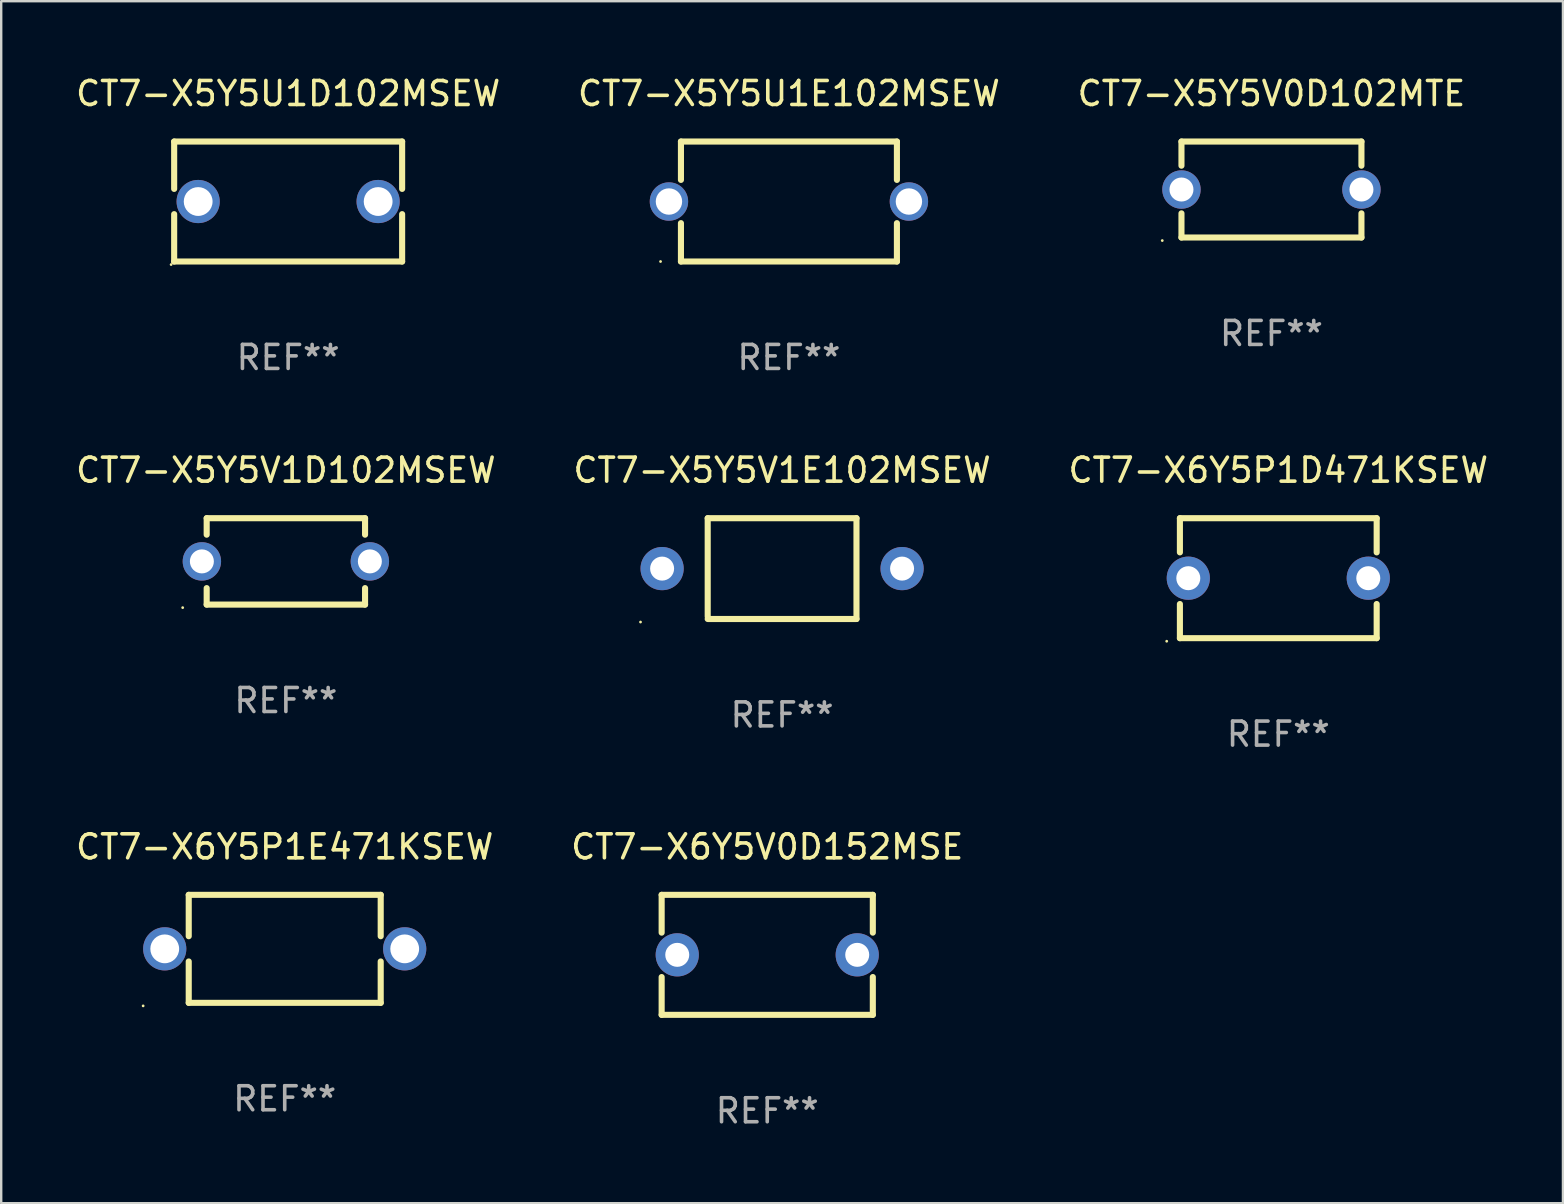
<source format=kicad_pcb>
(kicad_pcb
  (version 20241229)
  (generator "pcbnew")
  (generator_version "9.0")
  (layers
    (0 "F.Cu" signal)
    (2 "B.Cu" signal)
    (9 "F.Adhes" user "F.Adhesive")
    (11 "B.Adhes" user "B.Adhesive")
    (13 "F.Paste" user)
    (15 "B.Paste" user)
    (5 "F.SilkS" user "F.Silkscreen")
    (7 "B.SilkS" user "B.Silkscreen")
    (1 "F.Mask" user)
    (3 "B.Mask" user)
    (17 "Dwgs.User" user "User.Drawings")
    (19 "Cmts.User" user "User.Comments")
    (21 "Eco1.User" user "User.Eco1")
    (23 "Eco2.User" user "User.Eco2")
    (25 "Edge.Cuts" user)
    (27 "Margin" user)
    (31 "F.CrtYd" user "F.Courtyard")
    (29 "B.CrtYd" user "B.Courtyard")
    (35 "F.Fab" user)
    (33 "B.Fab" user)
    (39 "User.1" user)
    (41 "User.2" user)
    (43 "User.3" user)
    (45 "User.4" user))
  (footprint "CT7-X6Y5P1E471KSEW"
    (layer "F.Cu")
    (at 8.815 36.491)
    (property "Reference" "CT7-X6Y5P1E471KSEW" (at 0 -4.25 0) (layer "F.SilkS") (effects (font (size 1 1) (thickness 0.15))))
    (attr through_hole)
    (fp_line (start -4 -2.25) (end -4 -0.526) (stroke (width 0.254) (type solid)) (layer "F.SilkS"))
    (fp_line (start -4 -2.25) (end 4 -2.25) (stroke (width 0.254) (type solid)) (layer "F.SilkS"))
    (fp_line (start -4 0.526) (end -4 2.25) (stroke (width 0.254) (type solid)) (layer "F.SilkS"))
    (fp_line (start 4 -2.25) (end 4 -0.526) (stroke (width 0.254) (type solid)) (layer "F.SilkS"))
    (fp_line (start 4 0.526) (end 4 2.25) (stroke (width 0.254) (type solid)) (layer "F.SilkS"))
    (fp_line (start 4 2.25) (end -4 2.25) (stroke (width 0.254) (type solid)) (layer "F.SilkS"))
    (fp_circle (center -5.9 2.377) (end -5.87 2.377) (stroke (width 0.06) (type solid)) (fill no) (layer "F.SilkS"))
    (fp_text user "REF**" (at 0 6.25 0) (layer "F.Fab") (effects (font (size 1 1) (thickness 0.15))))
    (pad "1" thru_hole circle (at -5 0) (size 1.8 1.8) (drill 1.2) (layers "*.Cu" "*.Mask"))
    (pad "2" thru_hole circle (at 5 0) (size 1.8 1.8) (drill 1.2) (layers "*.Cu" "*.Mask")))
  (footprint "CT7-X5Y5V0D102MTE"
    (layer "F.Cu")
    (at 49.935 4.848)
    (property "Reference" "CT7-X5Y5V0D102MTE" (at 0 -4 0) (layer "F.SilkS") (effects (font (size 1 1) (thickness 0.15))))
    (attr through_hole)
    (fp_line (start -3.75 -2) (end 3.75 -2) (stroke (width 0.254) (type solid)) (layer "F.SilkS"))
    (fp_line (start -3.75 -0.993) (end -3.75 -2) (stroke (width 0.254) (type solid)) (layer "F.SilkS"))
    (fp_line (start -3.75 2) (end -3.75 0.993) (stroke (width 0.254) (type solid)) (layer "F.SilkS"))
    (fp_line (start 3.75 -2) (end 3.75 -0.993) (stroke (width 0.254) (type solid)) (layer "F.SilkS"))
    (fp_line (start 3.75 0.993) (end 3.75 2) (stroke (width 0.254) (type solid)) (layer "F.SilkS"))
    (fp_line (start 3.75 2) (end -3.75 2) (stroke (width 0.254) (type solid)) (layer "F.SilkS"))
    (fp_circle (center -4.55 2.127) (end -4.52 2.127) (stroke (width 0.06) (type solid)) (fill no) (layer "F.SilkS"))
    (fp_text user "REF**" (at 0 6 0) (layer "F.Fab") (effects (font (size 1 1) (thickness 0.15))))
    (pad "1" thru_hole circle (at -3.75 0) (size 1.6 1.6) (drill 1) (layers "*.Cu" "*.Mask"))
    (pad "2" thru_hole circle (at 3.75 0) (size 1.6 1.6) (drill 1) (layers "*.Cu" "*.Mask")))
  (footprint "CT7-X5Y5U1D102MSEW"
    (layer "F.Cu")
    (at 8.958 5.348)
    (property "Reference" "CT7-X5Y5U1D102MSEW" (at 0 -4.5 0) (layer "F.SilkS") (effects (font (size 1 1) (thickness 0.15))))
    (attr through_hole)
    (fp_line (start -4.75 -2.5) (end -4.75 -0.526) (stroke (width 0.254) (type solid)) (layer "F.SilkS"))
    (fp_line (start -4.75 -2.5) (end 4.75 -2.5) (stroke (width 0.254) (type solid)) (layer "F.SilkS"))
    (fp_line (start -4.75 0.526) (end -4.75 2.5) (stroke (width 0.254) (type solid)) (layer "F.SilkS"))
    (fp_line (start 4.75 2.5) (end -4.75 2.5) (stroke (width 0.254) (type solid)) (layer "F.SilkS"))
    (fp_line (start 4.75 -2.5) (end 4.75 -0.526) (stroke (width 0.254) (type solid)) (layer "F.SilkS"))
    (fp_line (start 4.75 0.526) (end 4.75 2.5) (stroke (width 0.254) (type solid)) (layer "F.SilkS"))
    (fp_circle (center -4.877 2.627) (end -4.847 2.627) (stroke (width 0.06) (type solid)) (fill no) (layer "F.SilkS"))
    (fp_text user "REF**" (at 0 6.5 0) (layer "F.Fab") (effects (font (size 1 1) (thickness 0.15))))
    (pad "1" thru_hole circle (at -3.75 0) (size 1.8 1.8) (drill 1.2) (layers "*.Cu" "*.Mask"))
    (pad "2" thru_hole circle (at 3.75 0) (size 1.8 1.8) (drill 1.2) (layers "*.Cu" "*.Mask")))
  (footprint "CT7-X5Y5U1E102MSEW"
    (layer "F.Cu")
    (at 29.827 5.348)
    (property "Reference" "CT7-X5Y5U1E102MSEW" (at 0 -4.5 0) (layer "F.SilkS") (effects (font (size 1 1) (thickness 0.15))))
    (attr through_hole)
    (fp_line (start -4.5 -2.5) (end 4.5 -2.5) (stroke (width 0.254) (type solid)) (layer "F.SilkS"))
    (fp_line (start -4.5 -0.901) (end -4.5 -2.5) (stroke (width 0.254) (type solid)) (layer "F.SilkS"))
    (fp_line (start -4.5 2.5) (end -4.5 0.901) (stroke (width 0.254) (type solid)) (layer "F.SilkS"))
    (fp_line (start -4.5 2.5) (end 4.5 2.5) (stroke (width 0.254) (type solid)) (layer "F.SilkS"))
    (fp_line (start 4.5 -0.901) (end 4.5 -2.5) (stroke (width 0.254) (type solid)) (layer "F.SilkS"))
    (fp_line (start 4.5 2.5) (end 4.5 0.901) (stroke (width 0.254) (type solid)) (layer "F.SilkS"))
    (fp_circle (center -5.35 2.5) (end -5.32 2.5) (stroke (width 0.06) (type solid)) (fill no) (layer "F.SilkS"))
    (fp_text user "REF**" (at 0 6.5 0) (layer "F.Fab") (effects (font (size 1 1) (thickness 0.15))))
    (pad "1" thru_hole circle (at -5 0) (size 1.6 1.6) (drill 1.1) (layers "*.Cu" "*.Mask"))
    (pad "2" thru_hole circle (at 5 0) (size 1.6 1.6) (drill 1.1) (layers "*.Cu" "*.Mask")))
  (footprint "CT7-X6Y5P1D471KSEW"
    (layer "F.Cu")
    (at 50.22 21.045)
    (property "Reference" "CT7-X6Y5P1D471KSEW" (at 0 -4.5 0) (layer "F.SilkS") (effects (font (size 1 1) (thickness 0.15))))
    (attr through_hole)
    (fp_line (start -4.1 -2.5) (end -4.1 -1.076) (stroke (width 0.254) (type solid)) (layer "F.SilkS"))
    (fp_line (start -4.1 -2.5) (end 4.1 -2.5) (stroke (width 0.254) (type solid)) (layer "F.SilkS"))
    (fp_line (start -4.1 1.076) (end -4.1 2.5) (stroke (width 0.254) (type solid)) (layer "F.SilkS"))
    (fp_line (start -4.1 2.5) (end 4.1 2.5) (stroke (width 0.254) (type solid)) (layer "F.SilkS"))
    (fp_line (start 4.1 -2.5) (end 4.1 -1.076) (stroke (width 0.254) (type solid)) (layer "F.SilkS"))
    (fp_line (start 4.1 1.076) (end 4.1 2.5) (stroke (width 0.254) (type solid)) (layer "F.SilkS"))
    (fp_circle (center -4.65 2.627) (end -4.62 2.627) (stroke (width 0.06) (type solid)) (fill no) (layer "F.SilkS"))
    (fp_text user "REF**" (at 0 6.5 0) (layer "F.Fab") (effects (font (size 1 1) (thickness 0.15))))
    (pad "1" thru_hole circle (at -3.75 0) (size 1.8 1.8) (drill 1) (layers "*.Cu" "*.Mask"))
    (pad "2" thru_hole circle (at 3.75 0) (size 1.8 1.8) (drill 1) (layers "*.Cu" "*.Mask")))
  (footprint "CT7-X5Y5V1E102MSEW"
    (layer "F.Cu")
    (at 29.542 20.645)
    (property "Reference" "CT7-X5Y5V1E102MSEW" (at 0 -4.1 0) (layer "F.SilkS") (effects (font (size 1 1) (thickness 0.15))))
    (attr through_hole)
    (fp_line (start -3.1 -2.1) (end -3.1 2) (stroke (width 0.254) (type solid)) (layer "F.SilkS"))
    (fp_line (start -3.1 -2.1) (end 3.1 -2.1) (stroke (width 0.254) (type solid)) (layer "F.SilkS"))
    (fp_line (start -3.1 2.1) (end 3.1 2.1) (stroke (width 0.254) (type solid)) (layer "F.SilkS"))
    (fp_line (start 3.1 -2.1) (end 3.1 2.1) (stroke (width 0.254) (type solid)) (layer "F.SilkS"))
    (fp_circle (center -5.9 2.227) (end -5.87 2.227) (stroke (width 0.06) (type solid)) (fill no) (layer "F.SilkS"))
    (fp_text user "REF**" (at 0 6.1 0) (layer "F.Fab") (effects (font (size 1 1) (thickness 0.15))))
    (pad "1" thru_hole circle (at -5 0) (size 1.8 1.8) (drill 1) (layers "*.Cu" "*.Mask"))
    (pad "2" thru_hole circle (at 5 0) (size 1.8 1.8) (drill 1) (layers "*.Cu" "*.Mask")))
  (footprint "CT7-X5Y5V1D102MSEW"
    (layer "F.Cu")
    (at 8.863 20.345)
    (property "Reference" "CT7-X5Y5V1D102MSEW" (at 0 -3.8 0) (layer "F.SilkS") (effects (font (size 1 1) (thickness 0.15))))
    (attr through_hole)
    (fp_line (start -3.3 -1.8) (end -3.3 -1.113) (stroke (width 0.254) (type solid)) (layer "F.SilkS"))
    (fp_line (start -3.3 -1.8) (end 3.3 -1.8) (stroke (width 0.254) (type solid)) (layer "F.SilkS"))
    (fp_line (start -3.3 1.113) (end -3.3 1.8) (stroke (width 0.254) (type solid)) (layer "F.SilkS"))
    (fp_line (start 3.3 1.8) (end -3.3 1.8) (stroke (width 0.254) (type solid)) (layer "F.SilkS"))
    (fp_line (start 3.3 -1.8) (end 3.3 -1.113) (stroke (width 0.254) (type solid)) (layer "F.SilkS"))
    (fp_line (start 3.3 1.113) (end 3.3 1.8) (stroke (width 0.254) (type solid)) (layer "F.SilkS"))
    (fp_circle (center -4.3 1.927) (end -4.27 1.927) (stroke (width 0.06) (type solid)) (fill no) (layer "F.SilkS"))
    (fp_text user "REF**" (at 0 5.8 0) (layer "F.Fab") (effects (font (size 1 1) (thickness 0.15))))
    (pad "1" thru_hole circle (at -3.5 0) (size 1.6 1.6) (drill 1) (layers "*.Cu" "*.Mask"))
    (pad "2" thru_hole circle (at 3.5 0) (size 1.6 1.6) (drill 1) (layers "*.Cu" "*.Mask")))
  (footprint "CT7-X6Y5V0D152MSE"
    (layer "F.Cu")
    (at 28.923 36.741)
    (property "Reference" "CT7-X6Y5V0D152MSE" (at 0 -4.5 0) (layer "F.SilkS") (effects (font (size 1 1) (thickness 0.15))))
    (attr through_hole)
    (fp_line (start -4.4 -2.5) (end -4.4 -0.925) (stroke (width 0.254) (type solid)) (layer "F.SilkS"))
    (fp_line (start -4.4 -2.5) (end 4.4 -2.5) (stroke (width 0.254) (type solid)) (layer "F.SilkS"))
    (fp_line (start -4.4 0.925) (end -4.4 2.5) (stroke (width 0.254) (type solid)) (layer "F.SilkS"))
    (fp_line (start -4.4 2.5) (end 4.4 2.5) (stroke (width 0.254) (type solid)) (layer "F.SilkS"))
    (fp_line (start 4.4 -2.5) (end 4.4 -0.925) (stroke (width 0.254) (type solid)) (layer "F.SilkS"))
    (fp_line (start 4.4 0.925) (end 4.4 2.5) (stroke (width 0.254) (type solid)) (layer "F.SilkS"))
    (fp_circle (center -4.25 2.5) (end -4.22 2.5) (stroke (width 0.06) (type solid)) (fill no) (layer "F.SilkS"))
    (fp_text user "REF**" (at 0 6.5 0) (layer "F.Fab") (effects (font (size 1 1) (thickness 0.15))))
    (pad "1" thru_hole circle (at -3.75 0) (size 1.8 1.8) (drill 1) (layers "*.Cu" "*.Mask"))
    (pad "2" thru_hole circle (at 3.75 0) (size 1.8 1.8) (drill 1) (layers "*.Cu" "*.Mask")))
  (gr_rect
    (start -3 -3)
    (end 62.083 47.09)
    (stroke (width 0.1) (type default))
    (fill no)
    (layer "Edge.Cuts")))
</source>
